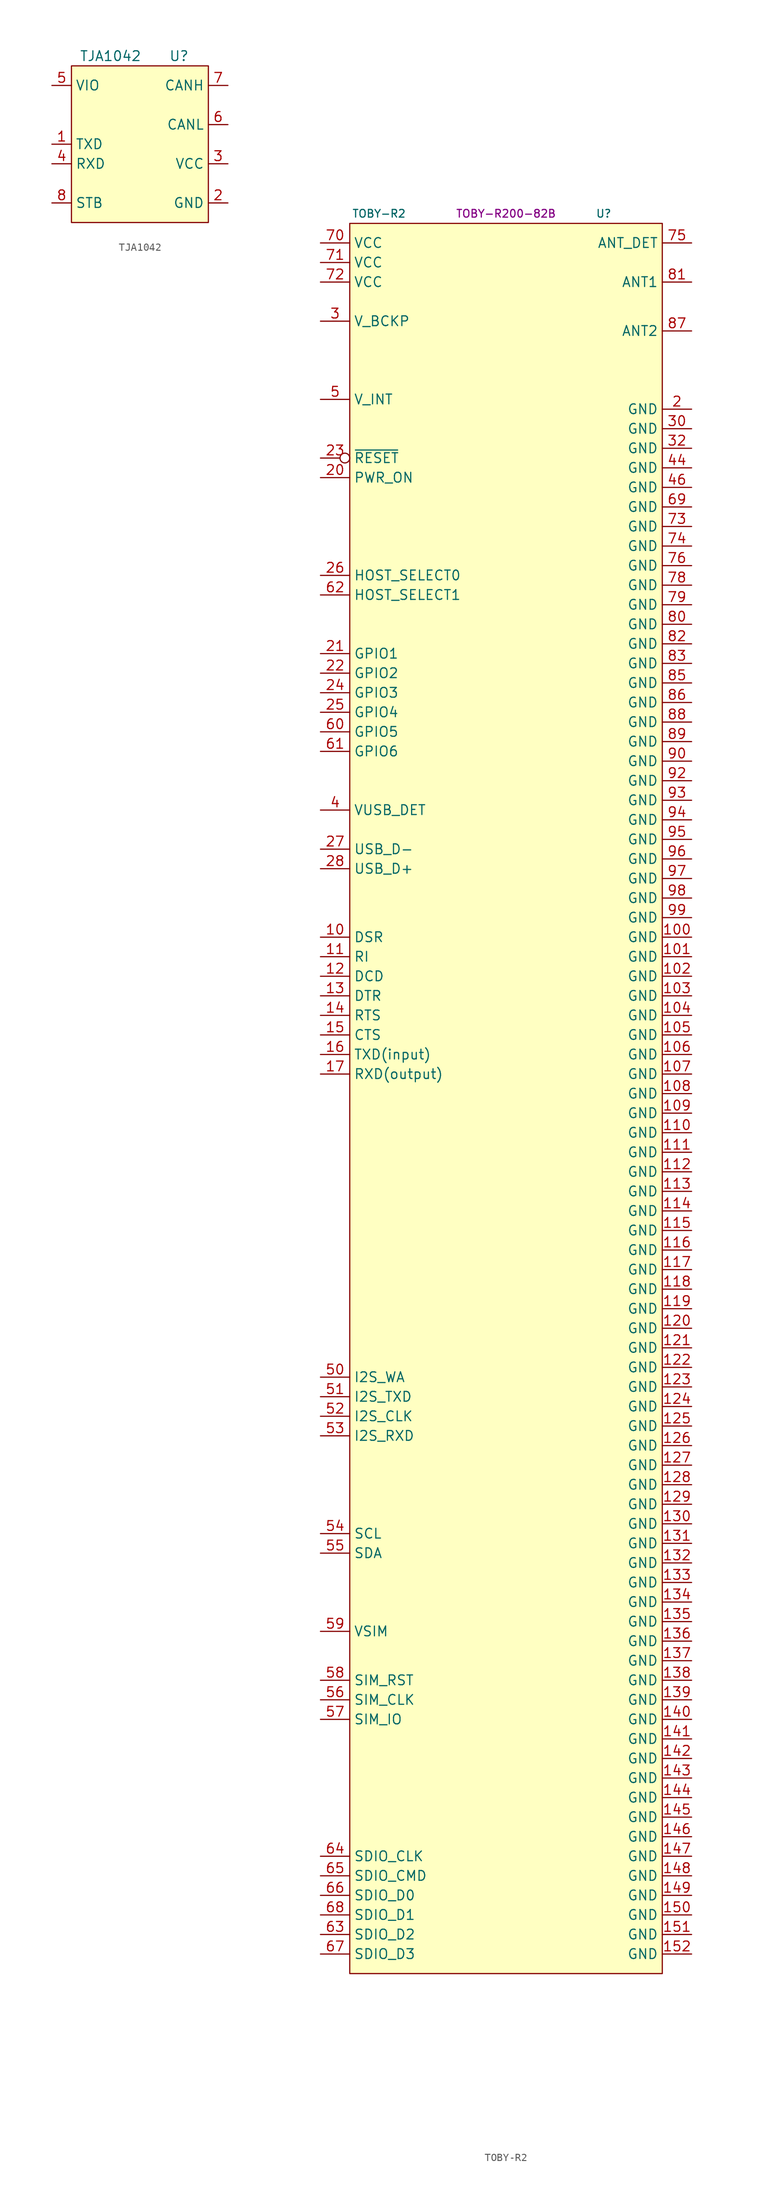
<source format=kicad_sym>
(kicad_symbol_lib
  (version 20231120)
  (generator "kicad_symbol_editor")
  (generator_version "8.0")
  (symbol "TJA1042"
    (property "Reference" "U"
      (at 5.08 11.43 0)
      (effects (font (size 1.27 1.27))))
    (property "Value" "TJA1042"
      (at -3.81 11.43 0)
      (effects (font (size 1.27 1.27))))
    (symbol "TJA1042_0_1"
      (rectangle (start -8.89 10.16) (end 8.89 -10.16) (stroke (width 0) (type default)) (fill (type background))))
    (symbol "TJA1042_1_1"
      (pin input line (at -11.43 0 0) (length 2.54) (name "TXD" (effects (font (size 1.27 1.27)))) (number "1" (effects (font (size 1.27 1.27)))))
      (pin power_in line (at 11.43 -7.62 180) (length 2.54) (name "GND" (effects (font (size 1.27 1.27)))) (number "2" (effects (font (size 1.27 1.27)))))
      (pin power_in line (at 11.43 -2.54 180) (length 2.54) (name "VCC" (effects (font (size 1.27 1.27)))) (number "3" (effects (font (size 1.27 1.27)))))
      (pin output line (at -11.43 -2.54 0) (length 2.54) (name "RXD" (effects (font (size 1.27 1.27)))) (number "4" (effects (font (size 1.27 1.27)))))
      (pin power_in line (at -11.43 7.62 0) (length 2.54) (name "VIO" (effects (font (size 1.27 1.27)))) (number "5" (effects (font (size 1.27 1.27)))))
      (pin bidirectional line (at 11.43 2.54 180) (length 2.54) (name "CANL" (effects (font (size 1.27 1.27)))) (number "6" (effects (font (size 1.27 1.27)))))
      (pin bidirectional line (at 11.43 7.62 180) (length 2.54) (name "CANH" (effects (font (size 1.27 1.27)))) (number "7" (effects (font (size 1.27 1.27)))))
      (pin input line (at -11.43 -7.62 0) (length 2.54) (name "STB" (effects (font (size 1.27 1.27)))) (number "8" (effects (font (size 1.27 1.27)))))))
  (symbol "TOBY-R2"
    (property "Reference" "U"
      (at 12.7 129.54 0)
      (effects (font (size 1 1))))
    (property "Value" "TOBY-R2"
      (at -16.51 129.54 0)
      (effects (font (size 1 1))))
    (property "MPN" "TOBY-R200-82B"
      (at 0 129.54 0)
      (effects (font (size 1 1))))
    (symbol "TOBY-R2_0_1"
      (rectangle (start -20.32 128.27) (end 20.32 -99.06) (stroke (width 0) (type default)) (fill (type background))))
    (symbol "TOBY-R2_1_1"
      (pin bidirectional line (at -24.13 35.56 0) (length 3.81) (name "DSR" (effects (font (size 1.27 1.27)))) (number "10" (effects (font (size 1.27 1.27)))))
      (pin power_in line (at 24.13 35.56 180) (length 3.81) (name "GND" (effects (font (size 1.27 1.27)))) (number "100" (effects (font (size 1.27 1.27)))))
      (pin power_in line (at 24.13 33.02 180) (length 3.81) (name "GND" (effects (font (size 1.27 1.27)))) (number "101" (effects (font (size 1.27 1.27)))))
      (pin power_in line (at 24.13 30.48 180) (length 3.81) (name "GND" (effects (font (size 1.27 1.27)))) (number "102" (effects (font (size 1.27 1.27)))))
      (pin power_in line (at 24.13 27.94 180) (length 3.81) (name "GND" (effects (font (size 1.27 1.27)))) (number "103" (effects (font (size 1.27 1.27)))))
      (pin power_in line (at 24.13 25.4 180) (length 3.81) (name "GND" (effects (font (size 1.27 1.27)))) (number "104" (effects (font (size 1.27 1.27)))))
      (pin power_in line (at 24.13 22.86 180) (length 3.81) (name "GND" (effects (font (size 1.27 1.27)))) (number "105" (effects (font (size 1.27 1.27)))))
      (pin power_in line (at 24.13 20.32 180) (length 3.81) (name "GND" (effects (font (size 1.27 1.27)))) (number "106" (effects (font (size 1.27 1.27)))))
      (pin power_in line (at 24.13 17.78 180) (length 3.81) (name "GND" (effects (font (size 1.27 1.27)))) (number "107" (effects (font (size 1.27 1.27)))))
      (pin power_in line (at 24.13 15.24 180) (length 3.81) (name "GND" (effects (font (size 1.27 1.27)))) (number "108" (effects (font (size 1.27 1.27)))))
      (pin power_in line (at 24.13 12.7 180) (length 3.81) (name "GND" (effects (font (size 1.27 1.27)))) (number "109" (effects (font (size 1.27 1.27)))))
      (pin bidirectional line (at -24.13 33.02 0) (length 3.81) (name "RI" (effects (font (size 1.27 1.27)))) (number "11" (effects (font (size 1.27 1.27)))))
      (pin power_in line (at 24.13 10.16 180) (length 3.81) (name "GND" (effects (font (size 1.27 1.27)))) (number "110" (effects (font (size 1.27 1.27)))))
      (pin power_in line (at 24.13 7.62 180) (length 3.81) (name "GND" (effects (font (size 1.27 1.27)))) (number "111" (effects (font (size 1.27 1.27)))))
      (pin power_in line (at 24.13 5.08 180) (length 3.81) (name "GND" (effects (font (size 1.27 1.27)))) (number "112" (effects (font (size 1.27 1.27)))))
      (pin power_in line (at 24.13 2.54 180) (length 3.81) (name "GND" (effects (font (size 1.27 1.27)))) (number "113" (effects (font (size 1.27 1.27)))))
      (pin power_in line (at 24.13 0 180) (length 3.81) (name "GND" (effects (font (size 1.27 1.27)))) (number "114" (effects (font (size 1.27 1.27)))))
      (pin power_in line (at 24.13 -2.54 180) (length 3.81) (name "GND" (effects (font (size 1.27 1.27)))) (number "115" (effects (font (size 1.27 1.27)))))
      (pin power_in line (at 24.13 -5.08 180) (length 3.81) (name "GND" (effects (font (size 1.27 1.27)))) (number "116" (effects (font (size 1.27 1.27)))))
      (pin power_in line (at 24.13 -7.62 180) (length 3.81) (name "GND" (effects (font (size 1.27 1.27)))) (number "117" (effects (font (size 1.27 1.27)))))
      (pin power_in line (at 24.13 -10.16 180) (length 3.81) (name "GND" (effects (font (size 1.27 1.27)))) (number "118" (effects (font (size 1.27 1.27)))))
      (pin power_in line (at 24.13 -12.7 180) (length 3.81) (name "GND" (effects (font (size 1.27 1.27)))) (number "119" (effects (font (size 1.27 1.27)))))
      (pin bidirectional line (at -24.13 30.48 0) (length 3.81) (name "DCD" (effects (font (size 1.27 1.27)))) (number "12" (effects (font (size 1.27 1.27)))))
      (pin power_in line (at 24.13 -15.24 180) (length 3.81) (name "GND" (effects (font (size 1.27 1.27)))) (number "120" (effects (font (size 1.27 1.27)))))
      (pin power_in line (at 24.13 -17.78 180) (length 3.81) (name "GND" (effects (font (size 1.27 1.27)))) (number "121" (effects (font (size 1.27 1.27)))))
      (pin power_in line (at 24.13 -20.32 180) (length 3.81) (name "GND" (effects (font (size 1.27 1.27)))) (number "122" (effects (font (size 1.27 1.27)))))
      (pin power_in line (at 24.13 -22.86 180) (length 3.81) (name "GND" (effects (font (size 1.27 1.27)))) (number "123" (effects (font (size 1.27 1.27)))))
      (pin power_in line (at 24.13 -25.4 180) (length 3.81) (name "GND" (effects (font (size 1.27 1.27)))) (number "124" (effects (font (size 1.27 1.27)))))
      (pin power_in line (at 24.13 -27.94 180) (length 3.81) (name "GND" (effects (font (size 1.27 1.27)))) (number "125" (effects (font (size 1.27 1.27)))))
      (pin power_in line (at 24.13 -30.48 180) (length 3.81) (name "GND" (effects (font (size 1.27 1.27)))) (number "126" (effects (font (size 1.27 1.27)))))
      (pin power_in line (at 24.13 -33.02 180) (length 3.81) (name "GND" (effects (font (size 1.27 1.27)))) (number "127" (effects (font (size 1.27 1.27)))))
      (pin power_in line (at 24.13 -35.56 180) (length 3.81) (name "GND" (effects (font (size 1.27 1.27)))) (number "128" (effects (font (size 1.27 1.27)))))
      (pin power_in line (at 24.13 -38.1 180) (length 3.81) (name "GND" (effects (font (size 1.27 1.27)))) (number "129" (effects (font (size 1.27 1.27)))))
      (pin bidirectional line (at -24.13 27.94 0) (length 3.81) (name "DTR" (effects (font (size 1.27 1.27)))) (number "13" (effects (font (size 1.27 1.27)))))
      (pin power_in line (at 24.13 -40.64 180) (length 3.81) (name "GND" (effects (font (size 1.27 1.27)))) (number "130" (effects (font (size 1.27 1.27)))))
      (pin power_in line (at 24.13 -43.18 180) (length 3.81) (name "GND" (effects (font (size 1.27 1.27)))) (number "131" (effects (font (size 1.27 1.27)))))
      (pin power_in line (at 24.13 -45.72 180) (length 3.81) (name "GND" (effects (font (size 1.27 1.27)))) (number "132" (effects (font (size 1.27 1.27)))))
      (pin power_in line (at 24.13 -48.26 180) (length 3.81) (name "GND" (effects (font (size 1.27 1.27)))) (number "133" (effects (font (size 1.27 1.27)))))
      (pin power_in line (at 24.13 -50.8 180) (length 3.81) (name "GND" (effects (font (size 1.27 1.27)))) (number "134" (effects (font (size 1.27 1.27)))))
      (pin power_in line (at 24.13 -53.34 180) (length 3.81) (name "GND" (effects (font (size 1.27 1.27)))) (number "135" (effects (font (size 1.27 1.27)))))
      (pin power_in line (at 24.13 -55.88 180) (length 3.81) (name "GND" (effects (font (size 1.27 1.27)))) (number "136" (effects (font (size 1.27 1.27)))))
      (pin power_in line (at 24.13 -58.42 180) (length 3.81) (name "GND" (effects (font (size 1.27 1.27)))) (number "137" (effects (font (size 1.27 1.27)))))
      (pin power_in line (at 24.13 -60.96 180) (length 3.81) (name "GND" (effects (font (size 1.27 1.27)))) (number "138" (effects (font (size 1.27 1.27)))))
      (pin power_in line (at 24.13 -63.5 180) (length 3.81) (name "GND" (effects (font (size 1.27 1.27)))) (number "139" (effects (font (size 1.27 1.27)))))
      (pin input line (at -24.13 25.4 0) (length 3.81) (name "RTS" (effects (font (size 1.27 1.27)))) (number "14" (effects (font (size 1.27 1.27)))))
      (pin power_in line (at 24.13 -66.04 180) (length 3.81) (name "GND" (effects (font (size 1.27 1.27)))) (number "140" (effects (font (size 1.27 1.27)))))
      (pin power_in line (at 24.13 -68.58 180) (length 3.81) (name "GND" (effects (font (size 1.27 1.27)))) (number "141" (effects (font (size 1.27 1.27)))))
      (pin power_in line (at 24.13 -71.12 180) (length 3.81) (name "GND" (effects (font (size 1.27 1.27)))) (number "142" (effects (font (size 1.27 1.27)))))
      (pin power_in line (at 24.13 -73.66 180) (length 3.81) (name "GND" (effects (font (size 1.27 1.27)))) (number "143" (effects (font (size 1.27 1.27)))))
      (pin power_in line (at 24.13 -76.2 180) (length 3.81) (name "GND" (effects (font (size 1.27 1.27)))) (number "144" (effects (font (size 1.27 1.27)))))
      (pin power_in line (at 24.13 -78.74 180) (length 3.81) (name "GND" (effects (font (size 1.27 1.27)))) (number "145" (effects (font (size 1.27 1.27)))))
      (pin power_in line (at 24.13 -81.28 180) (length 3.81) (name "GND" (effects (font (size 1.27 1.27)))) (number "146" (effects (font (size 1.27 1.27)))))
      (pin power_in line (at 24.13 -83.82 180) (length 3.81) (name "GND" (effects (font (size 1.27 1.27)))) (number "147" (effects (font (size 1.27 1.27)))))
      (pin power_in line (at 24.13 -86.36 180) (length 3.81) (name "GND" (effects (font (size 1.27 1.27)))) (number "148" (effects (font (size 1.27 1.27)))))
      (pin power_in line (at 24.13 -88.9 180) (length 3.81) (name "GND" (effects (font (size 1.27 1.27)))) (number "149" (effects (font (size 1.27 1.27)))))
      (pin output line (at -24.13 22.86 0) (length 3.81) (name "CTS" (effects (font (size 1.27 1.27)))) (number "15" (effects (font (size 1.27 1.27)))))
      (pin power_in line (at 24.13 -91.44 180) (length 3.81) (name "GND" (effects (font (size 1.27 1.27)))) (number "150" (effects (font (size 1.27 1.27)))))
      (pin power_in line (at 24.13 -93.98 180) (length 3.81) (name "GND" (effects (font (size 1.27 1.27)))) (number "151" (effects (font (size 1.27 1.27)))))
      (pin power_in line (at 24.13 -96.52 180) (length 3.81) (name "GND" (effects (font (size 1.27 1.27)))) (number "152" (effects (font (size 1.27 1.27)))))
      (pin input line (at -24.13 20.32 0) (length 3.81) (name "TXD(input)" (effects (font (size 1.27 1.27)))) (number "16" (effects (font (size 1.27 1.27)))))
      (pin output line (at -24.13 17.78 0) (length 3.81) (name "RXD(output)" (effects (font (size 1.27 1.27)))) (number "17" (effects (font (size 1.27 1.27)))))
      (pin power_in line (at 24.13 104.14 180) (length 3.81) (name "GND" (effects (font (size 1.27 1.27)))) (number "2" (effects (font (size 1.27 1.27)))))
      (pin input line (at -24.13 95.25 0) (length 3.81) (name "PWR_ON" (effects (font (size 1.27 1.27)))) (number "20" (effects (font (size 1.27 1.27)))))
      (pin bidirectional line (at -24.13 72.39 0) (length 3.81) (name "GPIO1" (effects (font (size 1.27 1.27)))) (number "21" (effects (font (size 1.27 1.27)))))
      (pin bidirectional line (at -24.13 69.85 0) (length 3.81) (name "GPIO2" (effects (font (size 1.27 1.27)))) (number "22" (effects (font (size 1.27 1.27)))))
      (pin input inverted (at -24.13 97.79 0) (length 3.81) (name "~{RESET}" (effects (font (size 1.27 1.27)))) (number "23" (effects (font (size 1.27 1.27)))))
      (pin bidirectional line (at -24.13 67.31 0) (length 3.81) (name "GPIO3" (effects (font (size 1.27 1.27)))) (number "24" (effects (font (size 1.27 1.27)))))
      (pin bidirectional line (at -24.13 64.77 0) (length 3.81) (name "GPIO4" (effects (font (size 1.27 1.27)))) (number "25" (effects (font (size 1.27 1.27)))))
      (pin bidirectional line (at -24.13 82.55 0) (length 3.81) (name "HOST_SELECT0" (effects (font (size 1.27 1.27)))) (number "26" (effects (font (size 1.27 1.27)))))
      (pin bidirectional line (at -24.13 46.99 0) (length 3.81) (name "USB_D-" (effects (font (size 1.27 1.27)))) (number "27" (effects (font (size 1.27 1.27)))))
      (pin bidirectional line (at -24.13 44.45 0) (length 3.81) (name "USB_D+" (effects (font (size 1.27 1.27)))) (number "28" (effects (font (size 1.27 1.27)))))
      (pin power_in line (at -24.13 115.57 0) (length 3.81) (name "V_BCKP" (effects (font (size 1.27 1.27)))) (number "3" (effects (font (size 1.27 1.27)))))
      (pin power_in line (at 24.13 101.6 180) (length 3.81) (name "GND" (effects (font (size 1.27 1.27)))) (number "30" (effects (font (size 1.27 1.27)))))
      (pin power_in line (at 24.13 99.06 180) (length 3.81) (name "GND" (effects (font (size 1.27 1.27)))) (number "32" (effects (font (size 1.27 1.27)))))
      (pin passive line (at -24.13 52.07 0) (length 3.81) (name "VUSB_DET" (effects (font (size 1.27 1.27)))) (number "4" (effects (font (size 1.27 1.27)))))
      (pin power_in line (at 24.13 96.52 180) (length 3.81) (name "GND" (effects (font (size 1.27 1.27)))) (number "44" (effects (font (size 1.27 1.27)))))
      (pin power_in line (at 24.13 93.98 180) (length 3.81) (name "GND" (effects (font (size 1.27 1.27)))) (number "46" (effects (font (size 1.27 1.27)))))
      (pin power_in line (at -24.13 105.41 0) (length 3.81) (name "V_INT" (effects (font (size 1.27 1.27)))) (number "5" (effects (font (size 1.27 1.27)))))
      (pin bidirectional line (at -24.13 -21.59 0) (length 3.81) (name "I2S_WA" (effects (font (size 1.27 1.27)))) (number "50" (effects (font (size 1.27 1.27)))))
      (pin bidirectional line (at -24.13 -24.13 0) (length 3.81) (name "I2S_TXD" (effects (font (size 1.27 1.27)))) (number "51" (effects (font (size 1.27 1.27)))))
      (pin bidirectional line (at -24.13 -26.67 0) (length 3.81) (name "I2S_CLK" (effects (font (size 1.27 1.27)))) (number "52" (effects (font (size 1.27 1.27)))))
      (pin bidirectional line (at -24.13 -29.21 0) (length 3.81) (name "I2S_RXD" (effects (font (size 1.27 1.27)))) (number "53" (effects (font (size 1.27 1.27)))))
      (pin output line (at -24.13 -41.91 0) (length 3.81) (name "SCL" (effects (font (size 1.27 1.27)))) (number "54" (effects (font (size 1.27 1.27)))))
      (pin bidirectional line (at -24.13 -44.45 0) (length 3.81) (name "SDA" (effects (font (size 1.27 1.27)))) (number "55" (effects (font (size 1.27 1.27)))))
      (pin output line (at -24.13 -63.5 0) (length 3.81) (name "SIM_CLK" (effects (font (size 1.27 1.27)))) (number "56" (effects (font (size 1.27 1.27)))))
      (pin bidirectional line (at -24.13 -66.04 0) (length 3.81) (name "SIM_IO" (effects (font (size 1.27 1.27)))) (number "57" (effects (font (size 1.27 1.27)))))
      (pin output line (at -24.13 -60.96 0) (length 3.81) (name "SIM_RST" (effects (font (size 1.27 1.27)))) (number "58" (effects (font (size 1.27 1.27)))))
      (pin power_out line (at -24.13 -54.61 0) (length 3.81) (name "VSIM" (effects (font (size 1.27 1.27)))) (number "59" (effects (font (size 1.27 1.27)))))
      (pin bidirectional line (at -24.13 62.23 0) (length 3.81) (name "GPIO5" (effects (font (size 1.27 1.27)))) (number "60" (effects (font (size 1.27 1.27)))))
      (pin output line (at -24.13 59.69 0) (length 3.81) (name "GPIO6" (effects (font (size 1.27 1.27)))) (number "61" (effects (font (size 1.27 1.27)))))
      (pin bidirectional line (at -24.13 80.01 0) (length 3.81) (name "HOST_SELECT1" (effects (font (size 1.27 1.27)))) (number "62" (effects (font (size 1.27 1.27)))))
      (pin bidirectional line (at -24.13 -93.98 0) (length 3.81) (name "SDIO_D2" (effects (font (size 1.27 1.27)))) (number "63" (effects (font (size 1.27 1.27)))))
      (pin output line (at -24.13 -83.82 0) (length 3.81) (name "SDIO_CLK" (effects (font (size 1.27 1.27)))) (number "64" (effects (font (size 1.27 1.27)))))
      (pin bidirectional line (at -24.13 -86.36 0) (length 3.81) (name "SDIO_CMD" (effects (font (size 1.27 1.27)))) (number "65" (effects (font (size 1.27 1.27)))))
      (pin bidirectional line (at -24.13 -88.9 0) (length 3.81) (name "SDIO_D0" (effects (font (size 1.27 1.27)))) (number "66" (effects (font (size 1.27 1.27)))))
      (pin bidirectional line (at -24.13 -96.52 0) (length 3.81) (name "SDIO_D3" (effects (font (size 1.27 1.27)))) (number "67" (effects (font (size 1.27 1.27)))))
      (pin bidirectional line (at -24.13 -91.44 0) (length 3.81) (name "SDIO_D1" (effects (font (size 1.27 1.27)))) (number "68" (effects (font (size 1.27 1.27)))))
      (pin power_in line (at 24.13 91.44 180) (length 3.81) (name "GND" (effects (font (size 1.27 1.27)))) (number "69" (effects (font (size 1.27 1.27)))))
      (pin power_in line (at -24.13 125.73 0) (length 3.81) (name "VCC" (effects (font (size 1.27 1.27)))) (number "70" (effects (font (size 1.27 1.27)))))
      (pin power_in line (at -24.13 123.19 0) (length 3.81) (name "VCC" (effects (font (size 1.27 1.27)))) (number "71" (effects (font (size 1.27 1.27)))))
      (pin power_in line (at -24.13 120.65 0) (length 3.81) (name "VCC" (effects (font (size 1.27 1.27)))) (number "72" (effects (font (size 1.27 1.27)))))
      (pin power_in line (at 24.13 88.9 180) (length 3.81) (name "GND" (effects (font (size 1.27 1.27)))) (number "73" (effects (font (size 1.27 1.27)))))
      (pin power_in line (at 24.13 86.36 180) (length 3.81) (name "GND" (effects (font (size 1.27 1.27)))) (number "74" (effects (font (size 1.27 1.27)))))
      (pin input line (at 24.13 125.73 180) (length 3.81) (name "ANT_DET" (effects (font (size 1.27 1.27)))) (number "75" (effects (font (size 1.27 1.27)))))
      (pin power_in line (at 24.13 83.82 180) (length 3.81) (name "GND" (effects (font (size 1.27 1.27)))) (number "76" (effects (font (size 1.27 1.27)))))
      (pin power_in line (at 24.13 81.28 180) (length 3.81) (name "GND" (effects (font (size 1.27 1.27)))) (number "78" (effects (font (size 1.27 1.27)))))
      (pin power_in line (at 24.13 78.74 180) (length 3.81) (name "GND" (effects (font (size 1.27 1.27)))) (number "79" (effects (font (size 1.27 1.27)))))
      (pin power_in line (at 24.13 76.2 180) (length 3.81) (name "GND" (effects (font (size 1.27 1.27)))) (number "80" (effects (font (size 1.27 1.27)))))
      (pin bidirectional line (at 24.13 120.65 180) (length 3.81) (name "ANT1" (effects (font (size 1.27 1.27)))) (number "81" (effects (font (size 1.27 1.27)))))
      (pin power_in line (at 24.13 73.66 180) (length 3.81) (name "GND" (effects (font (size 1.27 1.27)))) (number "82" (effects (font (size 1.27 1.27)))))
      (pin power_in line (at 24.13 71.12 180) (length 3.81) (name "GND" (effects (font (size 1.27 1.27)))) (number "83" (effects (font (size 1.27 1.27)))))
      (pin power_in line (at 24.13 68.58 180) (length 3.81) (name "GND" (effects (font (size 1.27 1.27)))) (number "85" (effects (font (size 1.27 1.27)))))
      (pin power_in line (at 24.13 66.04 180) (length 3.81) (name "GND" (effects (font (size 1.27 1.27)))) (number "86" (effects (font (size 1.27 1.27)))))
      (pin bidirectional line (at 24.13 114.3 180) (length 3.81) (name "ANT2" (effects (font (size 1.27 1.27)))) (number "87" (effects (font (size 1.27 1.27)))))
      (pin power_in line (at 24.13 63.5 180) (length 3.81) (name "GND" (effects (font (size 1.27 1.27)))) (number "88" (effects (font (size 1.27 1.27)))))
      (pin power_in line (at 24.13 60.96 180) (length 3.81) (name "GND" (effects (font (size 1.27 1.27)))) (number "89" (effects (font (size 1.27 1.27)))))
      (pin power_in line (at 24.13 58.42 180) (length 3.81) (name "GND" (effects (font (size 1.27 1.27)))) (number "90" (effects (font (size 1.27 1.27)))))
      (pin power_in line (at 24.13 55.88 180) (length 3.81) (name "GND" (effects (font (size 1.27 1.27)))) (number "92" (effects (font (size 1.27 1.27)))))
      (pin power_in line (at 24.13 53.34 180) (length 3.81) (name "GND" (effects (font (size 1.27 1.27)))) (number "93" (effects (font (size 1.27 1.27)))))
      (pin power_in line (at 24.13 50.8 180) (length 3.81) (name "GND" (effects (font (size 1.27 1.27)))) (number "94" (effects (font (size 1.27 1.27)))))
      (pin power_in line (at 24.13 48.26 180) (length 3.81) (name "GND" (effects (font (size 1.27 1.27)))) (number "95" (effects (font (size 1.27 1.27)))))
      (pin power_in line (at 24.13 45.72 180) (length 3.81) (name "GND" (effects (font (size 1.27 1.27)))) (number "96" (effects (font (size 1.27 1.27)))))
      (pin power_in line (at 24.13 43.18 180) (length 3.81) (name "GND" (effects (font (size 1.27 1.27)))) (number "97" (effects (font (size 1.27 1.27)))))
      (pin power_in line (at 24.13 40.64 180) (length 3.81) (name "GND" (effects (font (size 1.27 1.27)))) (number "98" (effects (font (size 1.27 1.27)))))
      (pin power_in line (at 24.13 38.1 180) (length 3.81) (name "GND" (effects (font (size 1.27 1.27)))) (number "99" (effects (font (size 1.27 1.27))))))))
</source>
